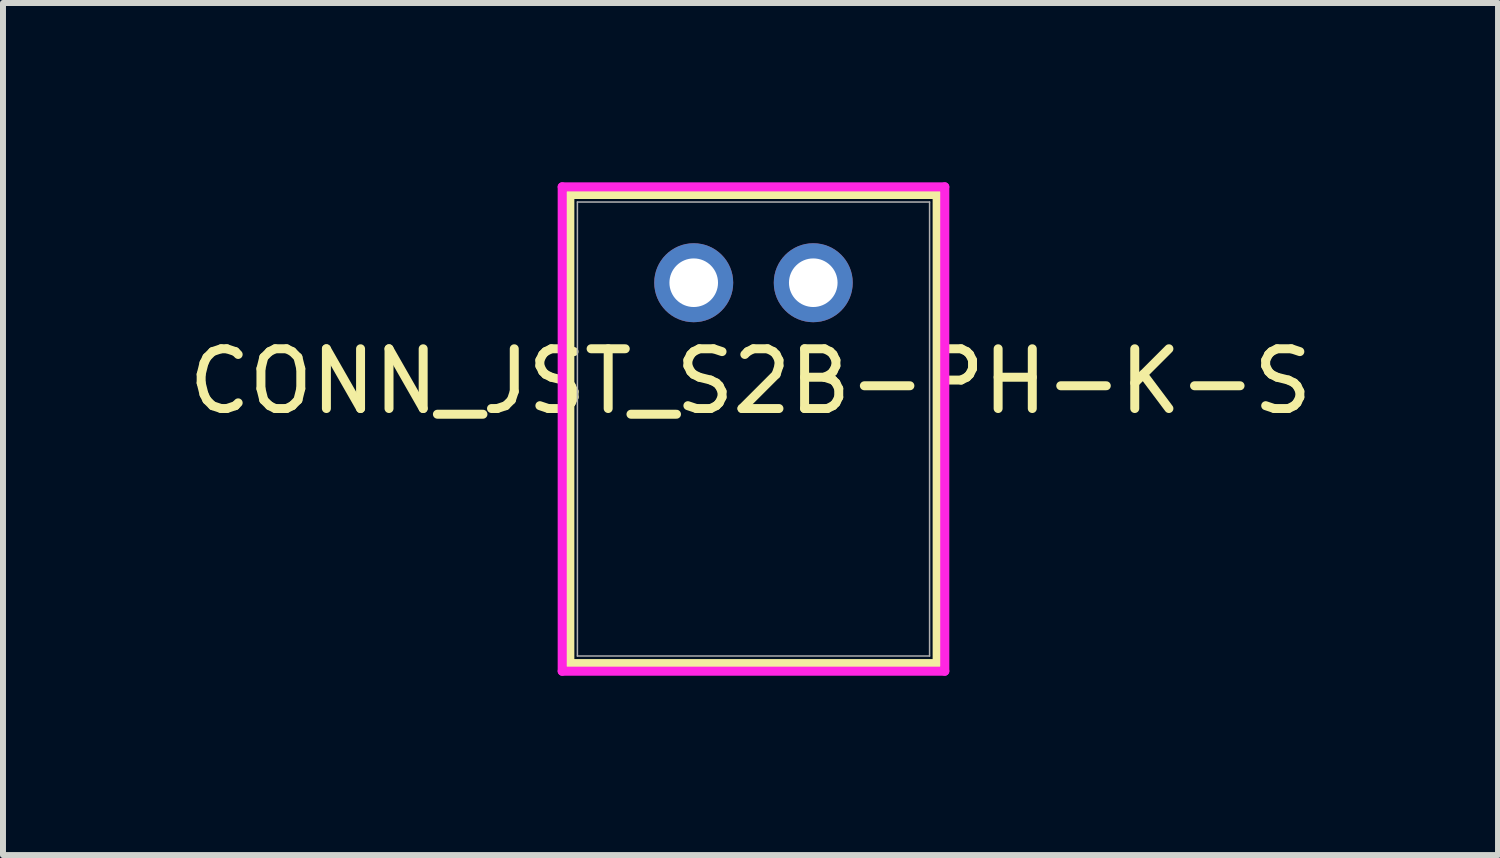
<source format=kicad_pcb>
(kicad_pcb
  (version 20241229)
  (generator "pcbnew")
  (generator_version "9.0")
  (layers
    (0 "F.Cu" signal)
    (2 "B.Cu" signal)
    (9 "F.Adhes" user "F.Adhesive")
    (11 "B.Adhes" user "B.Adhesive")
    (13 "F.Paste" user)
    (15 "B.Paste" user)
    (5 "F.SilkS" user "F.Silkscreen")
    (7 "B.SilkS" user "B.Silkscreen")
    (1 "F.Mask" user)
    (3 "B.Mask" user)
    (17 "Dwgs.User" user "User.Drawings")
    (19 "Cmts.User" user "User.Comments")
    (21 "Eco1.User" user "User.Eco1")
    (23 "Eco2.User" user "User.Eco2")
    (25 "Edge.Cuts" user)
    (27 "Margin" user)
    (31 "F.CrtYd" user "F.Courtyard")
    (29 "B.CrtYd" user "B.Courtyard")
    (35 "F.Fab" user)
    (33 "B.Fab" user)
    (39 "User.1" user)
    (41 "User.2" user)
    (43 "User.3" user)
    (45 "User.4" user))
  (footprint "CONN_JST_S2B-PH-K-S"
    (layer "F.Cu")
    (at 8.556 1.68)
    (property "Reference" "CONN_JST_S2B-PH-K-S" (at 0.95 1.65 0) (unlocked yes) (layer "F.SilkS") (effects (font (size 1 1) (thickness 0.15))))
    (attr through_hole)
    (fp_line (start -2.073 -1.477) (end -2.073 6.372) (stroke (width 0.152) (type solid)) (layer "F.SilkS"))
    (fp_line (start -2.073 6.372) (end 4.073 6.372) (stroke (width 0.152) (type solid)) (layer "F.SilkS"))
    (fp_line (start 4.073 -1.477) (end -2.073 -1.477) (stroke (width 0.152) (type solid)) (layer "F.SilkS"))
    (fp_line (start 4.073 6.372) (end 4.073 -1.477) (stroke (width 0.152) (type solid)) (layer "F.SilkS"))
    (fp_line (start -2.2 -1.604) (end -2.2 6.499) (stroke (width 0.152) (type solid)) (layer "F.CrtYd"))
    (fp_line (start -2.2 6.499) (end 4.2 6.499) (stroke (width 0.152) (type solid)) (layer "F.CrtYd"))
    (fp_line (start 4.2 -1.604) (end -2.2 -1.604) (stroke (width 0.152) (type solid)) (layer "F.CrtYd"))
    (fp_line (start 4.2 6.499) (end 4.2 -1.604) (stroke (width 0.152) (type solid)) (layer "F.CrtYd"))
    (fp_line (start -1.946 -1.35) (end -1.946 6.245) (stroke (width 0.025) (type solid)) (layer "F.Fab"))
    (fp_line (start -1.946 6.245) (end 3.946 6.245) (stroke (width 0.025) (type solid)) (layer "F.Fab"))
    (fp_line (start 3.946 -1.35) (end -1.946 -1.35) (stroke (width 0.025) (type solid)) (layer "F.Fab"))
    (fp_line (start 3.946 6.245) (end 3.946 -1.35) (stroke (width 0.025) (type solid)) (layer "F.Fab"))
    (pad "1" thru_hole circle (at 0 0) (size 1.321 1.321) (drill 0.813) (layers "*.Cu" "*.Mask"))
    (pad "2" thru_hole circle (at 2 0) (size 1.321 1.321) (drill 0.813) (layers "*.Cu" "*.Mask")))
  (gr_rect
    (start -3 -3)
    (end 22.012 11.255)
    (stroke (width 0.1) (type default))
    (fill no)
    (layer "Edge.Cuts")))
</source>
